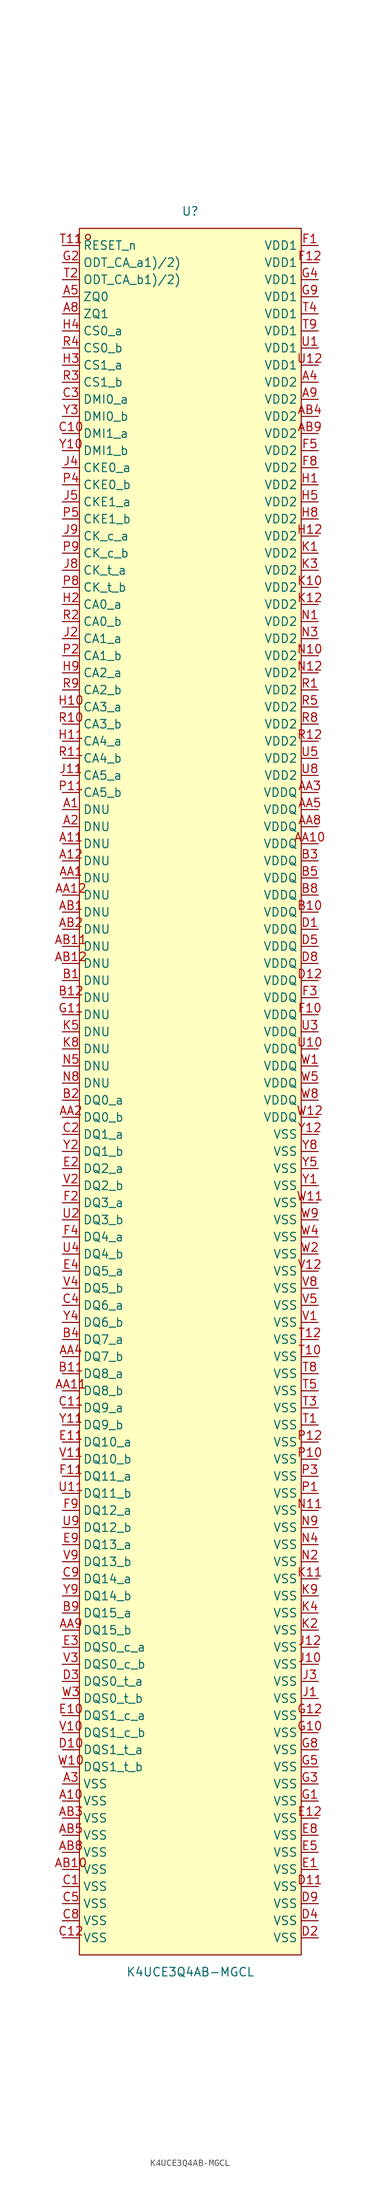
<source format=kicad_sym>
(kicad_symbol_lib
  (version 20211014)
  (generator https://github.com/uPesy/easyeda2kicad.py)
  (symbol "K4UCE3Q4AB-MGCL"
    (property "Reference" "U"
      (at 0 130.81 0)
      (effects (font (size 1.27 1.27))))
    (property "Value" "K4UCE3Q4AB-MGCL"
      (at 0 -130.81 0)
      (effects (font (size 1.27 1.27))))
    (symbol "K4UCE3Q4AB-MGCL_0_1"
      (rectangle (start -16.51 128.27) (end 16.51 -128.27) (stroke (width 0) (type default) (color 0 0 0 0)) (fill (type background)))
      (circle (center -15.24 127.00) (radius 0.38) (stroke (width 0) (type default) (color 0 0 0 0)) (fill (type none)))
      (pin unspecified line (at -19.05 125.73 0) (length 2.54) (name "RESET_n" (effects (font (size 1.27 1.27)))) (number "T11" (effects (font (size 1.27 1.27)))))
      (pin unspecified line (at -19.05 123.19 0) (length 2.54) (name "ODT_CA_a1)/2)" (effects (font (size 1.27 1.27)))) (number "G2" (effects (font (size 1.27 1.27)))))
      (pin unspecified line (at -19.05 120.65 0) (length 2.54) (name "ODT_CA_b1)/2)" (effects (font (size 1.27 1.27)))) (number "T2" (effects (font (size 1.27 1.27)))))
      (pin unspecified line (at -19.05 118.11 0) (length 2.54) (name "ZQ0" (effects (font (size 1.27 1.27)))) (number "A5" (effects (font (size 1.27 1.27)))))
      (pin unspecified line (at -19.05 115.57 0) (length 2.54) (name "ZQ1" (effects (font (size 1.27 1.27)))) (number "A8" (effects (font (size 1.27 1.27)))))
      (pin unspecified line (at -19.05 113.03 0) (length 2.54) (name "CS0_a" (effects (font (size 1.27 1.27)))) (number "H4" (effects (font (size 1.27 1.27)))))
      (pin unspecified line (at -19.05 110.49 0) (length 2.54) (name "CS0_b" (effects (font (size 1.27 1.27)))) (number "R4" (effects (font (size 1.27 1.27)))))
      (pin unspecified line (at -19.05 107.95 0) (length 2.54) (name "CS1_a" (effects (font (size 1.27 1.27)))) (number "H3" (effects (font (size 1.27 1.27)))))
      (pin unspecified line (at -19.05 105.41 0) (length 2.54) (name "CS1_b" (effects (font (size 1.27 1.27)))) (number "R3" (effects (font (size 1.27 1.27)))))
      (pin unspecified line (at -19.05 102.87 0) (length 2.54) (name "DMI0_a" (effects (font (size 1.27 1.27)))) (number "C3" (effects (font (size 1.27 1.27)))))
      (pin unspecified line (at -19.05 100.33 0) (length 2.54) (name "DMI0_b" (effects (font (size 1.27 1.27)))) (number "Y3" (effects (font (size 1.27 1.27)))))
      (pin unspecified line (at -19.05 97.79 0) (length 2.54) (name "DMI1_a" (effects (font (size 1.27 1.27)))) (number "C10" (effects (font (size 1.27 1.27)))))
      (pin unspecified line (at -19.05 95.25 0) (length 2.54) (name "DMI1_b" (effects (font (size 1.27 1.27)))) (number "Y10" (effects (font (size 1.27 1.27)))))
      (pin unspecified line (at -19.05 92.71 0) (length 2.54) (name "CKE0_a" (effects (font (size 1.27 1.27)))) (number "J4" (effects (font (size 1.27 1.27)))))
      (pin unspecified line (at -19.05 90.17 0) (length 2.54) (name "CKE0_b" (effects (font (size 1.27 1.27)))) (number "P4" (effects (font (size 1.27 1.27)))))
      (pin unspecified line (at -19.05 87.63 0) (length 2.54) (name "CKE1_a" (effects (font (size 1.27 1.27)))) (number "J5" (effects (font (size 1.27 1.27)))))
      (pin unspecified line (at -19.05 85.09 0) (length 2.54) (name "CKE1_b" (effects (font (size 1.27 1.27)))) (number "P5" (effects (font (size 1.27 1.27)))))
      (pin unspecified line (at -19.05 82.55 0) (length 2.54) (name "CK_c_a" (effects (font (size 1.27 1.27)))) (number "J9" (effects (font (size 1.27 1.27)))))
      (pin unspecified line (at -19.05 80.01 0) (length 2.54) (name "CK_c_b" (effects (font (size 1.27 1.27)))) (number "P9" (effects (font (size 1.27 1.27)))))
      (pin unspecified line (at -19.05 77.47 0) (length 2.54) (name "CK_t_a" (effects (font (size 1.27 1.27)))) (number "J8" (effects (font (size 1.27 1.27)))))
      (pin unspecified line (at -19.05 74.93 0) (length 2.54) (name "CK_t_b" (effects (font (size 1.27 1.27)))) (number "P8" (effects (font (size 1.27 1.27)))))
      (pin unspecified line (at -19.05 72.39 0) (length 2.54) (name "CA0_a" (effects (font (size 1.27 1.27)))) (number "H2" (effects (font (size 1.27 1.27)))))
      (pin unspecified line (at -19.05 69.85 0) (length 2.54) (name "CA0_b" (effects (font (size 1.27 1.27)))) (number "R2" (effects (font (size 1.27 1.27)))))
      (pin unspecified line (at -19.05 67.31 0) (length 2.54) (name "CA1_a" (effects (font (size 1.27 1.27)))) (number "J2" (effects (font (size 1.27 1.27)))))
      (pin unspecified line (at -19.05 64.77 0) (length 2.54) (name "CA1_b" (effects (font (size 1.27 1.27)))) (number "P2" (effects (font (size 1.27 1.27)))))
      (pin unspecified line (at -19.05 62.23 0) (length 2.54) (name "CA2_a" (effects (font (size 1.27 1.27)))) (number "H9" (effects (font (size 1.27 1.27)))))
      (pin unspecified line (at -19.05 59.69 0) (length 2.54) (name "CA2_b" (effects (font (size 1.27 1.27)))) (number "R9" (effects (font (size 1.27 1.27)))))
      (pin unspecified line (at -19.05 57.15 0) (length 2.54) (name "CA3_a" (effects (font (size 1.27 1.27)))) (number "H10" (effects (font (size 1.27 1.27)))))
      (pin unspecified line (at -19.05 54.61 0) (length 2.54) (name "CA3_b" (effects (font (size 1.27 1.27)))) (number "R10" (effects (font (size 1.27 1.27)))))
      (pin unspecified line (at -19.05 52.07 0) (length 2.54) (name "CA4_a" (effects (font (size 1.27 1.27)))) (number "H11" (effects (font (size 1.27 1.27)))))
      (pin unspecified line (at -19.05 49.53 0) (length 2.54) (name "CA4_b" (effects (font (size 1.27 1.27)))) (number "R11" (effects (font (size 1.27 1.27)))))
      (pin unspecified line (at -19.05 46.99 0) (length 2.54) (name "CA5_a" (effects (font (size 1.27 1.27)))) (number "J11" (effects (font (size 1.27 1.27)))))
      (pin unspecified line (at -19.05 44.45 0) (length 2.54) (name "CA5_b" (effects (font (size 1.27 1.27)))) (number "P11" (effects (font (size 1.27 1.27)))))
      (pin unspecified line (at -19.05 41.91 0) (length 2.54) (name "DNU" (effects (font (size 1.27 1.27)))) (number "A1" (effects (font (size 1.27 1.27)))))
      (pin unspecified line (at -19.05 39.37 0) (length 2.54) (name "DNU" (effects (font (size 1.27 1.27)))) (number "A2" (effects (font (size 1.27 1.27)))))
      (pin unspecified line (at -19.05 36.83 0) (length 2.54) (name "DNU" (effects (font (size 1.27 1.27)))) (number "A11" (effects (font (size 1.27 1.27)))))
      (pin unspecified line (at -19.05 34.29 0) (length 2.54) (name "DNU" (effects (font (size 1.27 1.27)))) (number "A12" (effects (font (size 1.27 1.27)))))
      (pin unspecified line (at -19.05 31.75 0) (length 2.54) (name "DNU" (effects (font (size 1.27 1.27)))) (number "AA1" (effects (font (size 1.27 1.27)))))
      (pin unspecified line (at -19.05 29.21 0) (length 2.54) (name "DNU" (effects (font (size 1.27 1.27)))) (number "AA12" (effects (font (size 1.27 1.27)))))
      (pin unspecified line (at -19.05 26.67 0) (length 2.54) (name "DNU" (effects (font (size 1.27 1.27)))) (number "AB1" (effects (font (size 1.27 1.27)))))
      (pin unspecified line (at -19.05 24.13 0) (length 2.54) (name "DNU" (effects (font (size 1.27 1.27)))) (number "AB2" (effects (font (size 1.27 1.27)))))
      (pin unspecified line (at -19.05 21.59 0) (length 2.54) (name "DNU" (effects (font (size 1.27 1.27)))) (number "AB11" (effects (font (size 1.27 1.27)))))
      (pin unspecified line (at -19.05 19.05 0) (length 2.54) (name "DNU" (effects (font (size 1.27 1.27)))) (number "AB12" (effects (font (size 1.27 1.27)))))
      (pin unspecified line (at -19.05 16.51 0) (length 2.54) (name "DNU" (effects (font (size 1.27 1.27)))) (number "B1" (effects (font (size 1.27 1.27)))))
      (pin unspecified line (at -19.05 13.97 0) (length 2.54) (name "DNU" (effects (font (size 1.27 1.27)))) (number "B12" (effects (font (size 1.27 1.27)))))
      (pin unspecified line (at -19.05 11.43 0) (length 2.54) (name "DNU" (effects (font (size 1.27 1.27)))) (number "G11" (effects (font (size 1.27 1.27)))))
      (pin unspecified line (at -19.05 8.89 0) (length 2.54) (name "DNU" (effects (font (size 1.27 1.27)))) (number "K5" (effects (font (size 1.27 1.27)))))
      (pin unspecified line (at -19.05 6.35 0) (length 2.54) (name "DNU" (effects (font (size 1.27 1.27)))) (number "K8" (effects (font (size 1.27 1.27)))))
      (pin unspecified line (at -19.05 3.81 0) (length 2.54) (name "DNU" (effects (font (size 1.27 1.27)))) (number "N5" (effects (font (size 1.27 1.27)))))
      (pin unspecified line (at -19.05 1.27 0) (length 2.54) (name "DNU" (effects (font (size 1.27 1.27)))) (number "N8" (effects (font (size 1.27 1.27)))))
      (pin unspecified line (at -19.05 -1.27 0) (length 2.54) (name "DQ0_a" (effects (font (size 1.27 1.27)))) (number "B2" (effects (font (size 1.27 1.27)))))
      (pin unspecified line (at -19.05 -3.81 0) (length 2.54) (name "DQ0_b" (effects (font (size 1.27 1.27)))) (number "AA2" (effects (font (size 1.27 1.27)))))
      (pin unspecified line (at -19.05 -6.35 0) (length 2.54) (name "DQ1_a" (effects (font (size 1.27 1.27)))) (number "C2" (effects (font (size 1.27 1.27)))))
      (pin unspecified line (at -19.05 -8.89 0) (length 2.54) (name "DQ1_b" (effects (font (size 1.27 1.27)))) (number "Y2" (effects (font (size 1.27 1.27)))))
      (pin unspecified line (at -19.05 -11.43 0) (length 2.54) (name "DQ2_a" (effects (font (size 1.27 1.27)))) (number "E2" (effects (font (size 1.27 1.27)))))
      (pin unspecified line (at -19.05 -13.97 0) (length 2.54) (name "DQ2_b" (effects (font (size 1.27 1.27)))) (number "V2" (effects (font (size 1.27 1.27)))))
      (pin unspecified line (at -19.05 -16.51 0) (length 2.54) (name "DQ3_a" (effects (font (size 1.27 1.27)))) (number "F2" (effects (font (size 1.27 1.27)))))
      (pin unspecified line (at -19.05 -19.05 0) (length 2.54) (name "DQ3_b" (effects (font (size 1.27 1.27)))) (number "U2" (effects (font (size 1.27 1.27)))))
      (pin unspecified line (at -19.05 -21.59 0) (length 2.54) (name "DQ4_a" (effects (font (size 1.27 1.27)))) (number "F4" (effects (font (size 1.27 1.27)))))
      (pin unspecified line (at -19.05 -24.13 0) (length 2.54) (name "DQ4_b" (effects (font (size 1.27 1.27)))) (number "U4" (effects (font (size 1.27 1.27)))))
      (pin unspecified line (at -19.05 -26.67 0) (length 2.54) (name "DQ5_a" (effects (font (size 1.27 1.27)))) (number "E4" (effects (font (size 1.27 1.27)))))
      (pin unspecified line (at -19.05 -29.21 0) (length 2.54) (name "DQ5_b" (effects (font (size 1.27 1.27)))) (number "V4" (effects (font (size 1.27 1.27)))))
      (pin unspecified line (at -19.05 -31.75 0) (length 2.54) (name "DQ6_a" (effects (font (size 1.27 1.27)))) (number "C4" (effects (font (size 1.27 1.27)))))
      (pin unspecified line (at -19.05 -34.29 0) (length 2.54) (name "DQ6_b" (effects (font (size 1.27 1.27)))) (number "Y4" (effects (font (size 1.27 1.27)))))
      (pin unspecified line (at -19.05 -36.83 0) (length 2.54) (name "DQ7_a" (effects (font (size 1.27 1.27)))) (number "B4" (effects (font (size 1.27 1.27)))))
      (pin unspecified line (at -19.05 -39.37 0) (length 2.54) (name "DQ7_b" (effects (font (size 1.27 1.27)))) (number "AA4" (effects (font (size 1.27 1.27)))))
      (pin unspecified line (at -19.05 -41.91 0) (length 2.54) (name "DQ8_a" (effects (font (size 1.27 1.27)))) (number "B11" (effects (font (size 1.27 1.27)))))
      (pin unspecified line (at -19.05 -44.45 0) (length 2.54) (name "DQ8_b" (effects (font (size 1.27 1.27)))) (number "AA11" (effects (font (size 1.27 1.27)))))
      (pin unspecified line (at -19.05 -46.99 0) (length 2.54) (name "DQ9_a" (effects (font (size 1.27 1.27)))) (number "C11" (effects (font (size 1.27 1.27)))))
      (pin unspecified line (at -19.05 -49.53 0) (length 2.54) (name "DQ9_b" (effects (font (size 1.27 1.27)))) (number "Y11" (effects (font (size 1.27 1.27)))))
      (pin unspecified line (at -19.05 -52.07 0) (length 2.54) (name "DQ10_a" (effects (font (size 1.27 1.27)))) (number "E11" (effects (font (size 1.27 1.27)))))
      (pin unspecified line (at -19.05 -54.61 0) (length 2.54) (name "DQ10_b" (effects (font (size 1.27 1.27)))) (number "V11" (effects (font (size 1.27 1.27)))))
      (pin unspecified line (at -19.05 -57.15 0) (length 2.54) (name "DQ11_a" (effects (font (size 1.27 1.27)))) (number "F11" (effects (font (size 1.27 1.27)))))
      (pin unspecified line (at -19.05 -59.69 0) (length 2.54) (name "DQ11_b" (effects (font (size 1.27 1.27)))) (number "U11" (effects (font (size 1.27 1.27)))))
      (pin unspecified line (at -19.05 -62.23 0) (length 2.54) (name "DQ12_a" (effects (font (size 1.27 1.27)))) (number "F9" (effects (font (size 1.27 1.27)))))
      (pin unspecified line (at -19.05 -64.77 0) (length 2.54) (name "DQ12_b" (effects (font (size 1.27 1.27)))) (number "U9" (effects (font (size 1.27 1.27)))))
      (pin unspecified line (at -19.05 -67.31 0) (length 2.54) (name "DQ13_a" (effects (font (size 1.27 1.27)))) (number "E9" (effects (font (size 1.27 1.27)))))
      (pin unspecified line (at -19.05 -69.85 0) (length 2.54) (name "DQ13_b" (effects (font (size 1.27 1.27)))) (number "V9" (effects (font (size 1.27 1.27)))))
      (pin unspecified line (at -19.05 -72.39 0) (length 2.54) (name "DQ14_a" (effects (font (size 1.27 1.27)))) (number "C9" (effects (font (size 1.27 1.27)))))
      (pin unspecified line (at -19.05 -74.93 0) (length 2.54) (name "DQ14_b" (effects (font (size 1.27 1.27)))) (number "Y9" (effects (font (size 1.27 1.27)))))
      (pin unspecified line (at -19.05 -77.47 0) (length 2.54) (name "DQ15_a" (effects (font (size 1.27 1.27)))) (number "B9" (effects (font (size 1.27 1.27)))))
      (pin unspecified line (at -19.05 -80.01 0) (length 2.54) (name "DQ15_b" (effects (font (size 1.27 1.27)))) (number "AA9" (effects (font (size 1.27 1.27)))))
      (pin unspecified line (at -19.05 -82.55 0) (length 2.54) (name "DQS0_c_a" (effects (font (size 1.27 1.27)))) (number "E3" (effects (font (size 1.27 1.27)))))
      (pin unspecified line (at -19.05 -85.09 0) (length 2.54) (name "DQS0_c_b" (effects (font (size 1.27 1.27)))) (number "V3" (effects (font (size 1.27 1.27)))))
      (pin unspecified line (at -19.05 -87.63 0) (length 2.54) (name "DQS0_t_a" (effects (font (size 1.27 1.27)))) (number "D3" (effects (font (size 1.27 1.27)))))
      (pin unspecified line (at -19.05 -90.17 0) (length 2.54) (name "DQS0_t_b" (effects (font (size 1.27 1.27)))) (number "W3" (effects (font (size 1.27 1.27)))))
      (pin unspecified line (at -19.05 -92.71 0) (length 2.54) (name "DQS1_c_a" (effects (font (size 1.27 1.27)))) (number "E10" (effects (font (size 1.27 1.27)))))
      (pin unspecified line (at -19.05 -95.25 0) (length 2.54) (name "DQS1_c_b" (effects (font (size 1.27 1.27)))) (number "V10" (effects (font (size 1.27 1.27)))))
      (pin unspecified line (at -19.05 -97.79 0) (length 2.54) (name "DQS1_t_a" (effects (font (size 1.27 1.27)))) (number "D10" (effects (font (size 1.27 1.27)))))
      (pin unspecified line (at -19.05 -100.33 0) (length 2.54) (name "DQS1_t_b" (effects (font (size 1.27 1.27)))) (number "W10" (effects (font (size 1.27 1.27)))))
      (pin unspecified line (at -19.05 -102.87 0) (length 2.54) (name "VSS" (effects (font (size 1.27 1.27)))) (number "A3" (effects (font (size 1.27 1.27)))))
      (pin unspecified line (at -19.05 -105.41 0) (length 2.54) (name "VSS" (effects (font (size 1.27 1.27)))) (number "A10" (effects (font (size 1.27 1.27)))))
      (pin unspecified line (at -19.05 -107.95 0) (length 2.54) (name "VSS" (effects (font (size 1.27 1.27)))) (number "AB3" (effects (font (size 1.27 1.27)))))
      (pin unspecified line (at -19.05 -110.49 0) (length 2.54) (name "VSS" (effects (font (size 1.27 1.27)))) (number "AB5" (effects (font (size 1.27 1.27)))))
      (pin unspecified line (at -19.05 -113.03 0) (length 2.54) (name "VSS" (effects (font (size 1.27 1.27)))) (number "AB8" (effects (font (size 1.27 1.27)))))
      (pin unspecified line (at -19.05 -115.57 0) (length 2.54) (name "VSS" (effects (font (size 1.27 1.27)))) (number "AB10" (effects (font (size 1.27 1.27)))))
      (pin unspecified line (at -19.05 -118.11 0) (length 2.54) (name "VSS" (effects (font (size 1.27 1.27)))) (number "C1" (effects (font (size 1.27 1.27)))))
      (pin unspecified line (at -19.05 -120.65 0) (length 2.54) (name "VSS" (effects (font (size 1.27 1.27)))) (number "C5" (effects (font (size 1.27 1.27)))))
      (pin unspecified line (at -19.05 -123.19 0) (length 2.54) (name "VSS" (effects (font (size 1.27 1.27)))) (number "C8" (effects (font (size 1.27 1.27)))))
      (pin unspecified line (at -19.05 -125.73 0) (length 2.54) (name "VSS" (effects (font (size 1.27 1.27)))) (number "C12" (effects (font (size 1.27 1.27)))))
      (pin unspecified line (at 19.05 -125.73 180) (length 2.54) (name "VSS" (effects (font (size 1.27 1.27)))) (number "D2" (effects (font (size 1.27 1.27)))))
      (pin unspecified line (at 19.05 -123.19 180) (length 2.54) (name "VSS" (effects (font (size 1.27 1.27)))) (number "D4" (effects (font (size 1.27 1.27)))))
      (pin unspecified line (at 19.05 -120.65 180) (length 2.54) (name "VSS" (effects (font (size 1.27 1.27)))) (number "D9" (effects (font (size 1.27 1.27)))))
      (pin unspecified line (at 19.05 -118.11 180) (length 2.54) (name "VSS" (effects (font (size 1.27 1.27)))) (number "D11" (effects (font (size 1.27 1.27)))))
      (pin unspecified line (at 19.05 -115.57 180) (length 2.54) (name "VSS" (effects (font (size 1.27 1.27)))) (number "E1" (effects (font (size 1.27 1.27)))))
      (pin unspecified line (at 19.05 -113.03 180) (length 2.54) (name "VSS" (effects (font (size 1.27 1.27)))) (number "E5" (effects (font (size 1.27 1.27)))))
      (pin unspecified line (at 19.05 -110.49 180) (length 2.54) (name "VSS" (effects (font (size 1.27 1.27)))) (number "E8" (effects (font (size 1.27 1.27)))))
      (pin unspecified line (at 19.05 -107.95 180) (length 2.54) (name "VSS" (effects (font (size 1.27 1.27)))) (number "E12" (effects (font (size 1.27 1.27)))))
      (pin unspecified line (at 19.05 -105.41 180) (length 2.54) (name "VSS" (effects (font (size 1.27 1.27)))) (number "G1" (effects (font (size 1.27 1.27)))))
      (pin unspecified line (at 19.05 -102.87 180) (length 2.54) (name "VSS" (effects (font (size 1.27 1.27)))) (number "G3" (effects (font (size 1.27 1.27)))))
      (pin unspecified line (at 19.05 -100.33 180) (length 2.54) (name "VSS" (effects (font (size 1.27 1.27)))) (number "G5" (effects (font (size 1.27 1.27)))))
      (pin unspecified line (at 19.05 -97.79 180) (length 2.54) (name "VSS" (effects (font (size 1.27 1.27)))) (number "G8" (effects (font (size 1.27 1.27)))))
      (pin unspecified line (at 19.05 -95.25 180) (length 2.54) (name "VSS" (effects (font (size 1.27 1.27)))) (number "G10" (effects (font (size 1.27 1.27)))))
      (pin unspecified line (at 19.05 -92.71 180) (length 2.54) (name "VSS" (effects (font (size 1.27 1.27)))) (number "G12" (effects (font (size 1.27 1.27)))))
      (pin unspecified line (at 19.05 -90.17 180) (length 2.54) (name "VSS" (effects (font (size 1.27 1.27)))) (number "J1" (effects (font (size 1.27 1.27)))))
      (pin unspecified line (at 19.05 -87.63 180) (length 2.54) (name "VSS" (effects (font (size 1.27 1.27)))) (number "J3" (effects (font (size 1.27 1.27)))))
      (pin unspecified line (at 19.05 -85.09 180) (length 2.54) (name "VSS" (effects (font (size 1.27 1.27)))) (number "J10" (effects (font (size 1.27 1.27)))))
      (pin unspecified line (at 19.05 -82.55 180) (length 2.54) (name "VSS" (effects (font (size 1.27 1.27)))) (number "J12" (effects (font (size 1.27 1.27)))))
      (pin unspecified line (at 19.05 -80.01 180) (length 2.54) (name "VSS" (effects (font (size 1.27 1.27)))) (number "K2" (effects (font (size 1.27 1.27)))))
      (pin unspecified line (at 19.05 -77.47 180) (length 2.54) (name "VSS" (effects (font (size 1.27 1.27)))) (number "K4" (effects (font (size 1.27 1.27)))))
      (pin unspecified line (at 19.05 -74.93 180) (length 2.54) (name "VSS" (effects (font (size 1.27 1.27)))) (number "K9" (effects (font (size 1.27 1.27)))))
      (pin unspecified line (at 19.05 -72.39 180) (length 2.54) (name "VSS" (effects (font (size 1.27 1.27)))) (number "K11" (effects (font (size 1.27 1.27)))))
      (pin unspecified line (at 19.05 -69.85 180) (length 2.54) (name "VSS" (effects (font (size 1.27 1.27)))) (number "N2" (effects (font (size 1.27 1.27)))))
      (pin unspecified line (at 19.05 -67.31 180) (length 2.54) (name "VSS" (effects (font (size 1.27 1.27)))) (number "N4" (effects (font (size 1.27 1.27)))))
      (pin unspecified line (at 19.05 -64.77 180) (length 2.54) (name "VSS" (effects (font (size 1.27 1.27)))) (number "N9" (effects (font (size 1.27 1.27)))))
      (pin unspecified line (at 19.05 -62.23 180) (length 2.54) (name "VSS" (effects (font (size 1.27 1.27)))) (number "N11" (effects (font (size 1.27 1.27)))))
      (pin unspecified line (at 19.05 -59.69 180) (length 2.54) (name "VSS" (effects (font (size 1.27 1.27)))) (number "P1" (effects (font (size 1.27 1.27)))))
      (pin unspecified line (at 19.05 -57.15 180) (length 2.54) (name "VSS" (effects (font (size 1.27 1.27)))) (number "P3" (effects (font (size 1.27 1.27)))))
      (pin unspecified line (at 19.05 -54.61 180) (length 2.54) (name "VSS" (effects (font (size 1.27 1.27)))) (number "P10" (effects (font (size 1.27 1.27)))))
      (pin unspecified line (at 19.05 -52.07 180) (length 2.54) (name "VSS" (effects (font (size 1.27 1.27)))) (number "P12" (effects (font (size 1.27 1.27)))))
      (pin unspecified line (at 19.05 -49.53 180) (length 2.54) (name "VSS" (effects (font (size 1.27 1.27)))) (number "T1" (effects (font (size 1.27 1.27)))))
      (pin unspecified line (at 19.05 -46.99 180) (length 2.54) (name "VSS" (effects (font (size 1.27 1.27)))) (number "T3" (effects (font (size 1.27 1.27)))))
      (pin unspecified line (at 19.05 -44.45 180) (length 2.54) (name "VSS" (effects (font (size 1.27 1.27)))) (number "T5" (effects (font (size 1.27 1.27)))))
      (pin unspecified line (at 19.05 -41.91 180) (length 2.54) (name "VSS" (effects (font (size 1.27 1.27)))) (number "T8" (effects (font (size 1.27 1.27)))))
      (pin unspecified line (at 19.05 -39.37 180) (length 2.54) (name "VSS" (effects (font (size 1.27 1.27)))) (number "T10" (effects (font (size 1.27 1.27)))))
      (pin unspecified line (at 19.05 -36.83 180) (length 2.54) (name "VSS" (effects (font (size 1.27 1.27)))) (number "T12" (effects (font (size 1.27 1.27)))))
      (pin unspecified line (at 19.05 -34.29 180) (length 2.54) (name "VSS" (effects (font (size 1.27 1.27)))) (number "V1" (effects (font (size 1.27 1.27)))))
      (pin unspecified line (at 19.05 -31.75 180) (length 2.54) (name "VSS" (effects (font (size 1.27 1.27)))) (number "V5" (effects (font (size 1.27 1.27)))))
      (pin unspecified line (at 19.05 -29.21 180) (length 2.54) (name "VSS" (effects (font (size 1.27 1.27)))) (number "V8" (effects (font (size 1.27 1.27)))))
      (pin unspecified line (at 19.05 -26.67 180) (length 2.54) (name "VSS" (effects (font (size 1.27 1.27)))) (number "V12" (effects (font (size 1.27 1.27)))))
      (pin unspecified line (at 19.05 -24.13 180) (length 2.54) (name "VSS" (effects (font (size 1.27 1.27)))) (number "W2" (effects (font (size 1.27 1.27)))))
      (pin unspecified line (at 19.05 -21.59 180) (length 2.54) (name "VSS" (effects (font (size 1.27 1.27)))) (number "W4" (effects (font (size 1.27 1.27)))))
      (pin unspecified line (at 19.05 -19.05 180) (length 2.54) (name "VSS" (effects (font (size 1.27 1.27)))) (number "W9" (effects (font (size 1.27 1.27)))))
      (pin unspecified line (at 19.05 -16.51 180) (length 2.54) (name "VSS" (effects (font (size 1.27 1.27)))) (number "W11" (effects (font (size 1.27 1.27)))))
      (pin unspecified line (at 19.05 -13.97 180) (length 2.54) (name "VSS" (effects (font (size 1.27 1.27)))) (number "Y1" (effects (font (size 1.27 1.27)))))
      (pin unspecified line (at 19.05 -11.43 180) (length 2.54) (name "VSS" (effects (font (size 1.27 1.27)))) (number "Y5" (effects (font (size 1.27 1.27)))))
      (pin unspecified line (at 19.05 -8.89 180) (length 2.54) (name "VSS" (effects (font (size 1.27 1.27)))) (number "Y8" (effects (font (size 1.27 1.27)))))
      (pin unspecified line (at 19.05 -6.35 180) (length 2.54) (name "VSS" (effects (font (size 1.27 1.27)))) (number "Y12" (effects (font (size 1.27 1.27)))))
      (pin unspecified line (at 19.05 -3.81 180) (length 2.54) (name "VDDQ" (effects (font (size 1.27 1.27)))) (number "W12" (effects (font (size 1.27 1.27)))))
      (pin unspecified line (at 19.05 -1.27 180) (length 2.54) (name "VDDQ" (effects (font (size 1.27 1.27)))) (number "W8" (effects (font (size 1.27 1.27)))))
      (pin unspecified line (at 19.05 1.27 180) (length 2.54) (name "VDDQ" (effects (font (size 1.27 1.27)))) (number "W5" (effects (font (size 1.27 1.27)))))
      (pin unspecified line (at 19.05 3.81 180) (length 2.54) (name "VDDQ" (effects (font (size 1.27 1.27)))) (number "W1" (effects (font (size 1.27 1.27)))))
      (pin unspecified line (at 19.05 6.35 180) (length 2.54) (name "VDDQ" (effects (font (size 1.27 1.27)))) (number "U10" (effects (font (size 1.27 1.27)))))
      (pin unspecified line (at 19.05 8.89 180) (length 2.54) (name "VDDQ" (effects (font (size 1.27 1.27)))) (number "U3" (effects (font (size 1.27 1.27)))))
      (pin unspecified line (at 19.05 11.43 180) (length 2.54) (name "VDDQ" (effects (font (size 1.27 1.27)))) (number "F10" (effects (font (size 1.27 1.27)))))
      (pin unspecified line (at 19.05 13.97 180) (length 2.54) (name "VDDQ" (effects (font (size 1.27 1.27)))) (number "F3" (effects (font (size 1.27 1.27)))))
      (pin unspecified line (at 19.05 16.51 180) (length 2.54) (name "VDDQ" (effects (font (size 1.27 1.27)))) (number "D12" (effects (font (size 1.27 1.27)))))
      (pin unspecified line (at 19.05 19.05 180) (length 2.54) (name "VDDQ" (effects (font (size 1.27 1.27)))) (number "D8" (effects (font (size 1.27 1.27)))))
      (pin unspecified line (at 19.05 21.59 180) (length 2.54) (name "VDDQ" (effects (font (size 1.27 1.27)))) (number "D5" (effects (font (size 1.27 1.27)))))
      (pin unspecified line (at 19.05 24.13 180) (length 2.54) (name "VDDQ" (effects (font (size 1.27 1.27)))) (number "D1" (effects (font (size 1.27 1.27)))))
      (pin unspecified line (at 19.05 26.67 180) (length 2.54) (name "VDDQ" (effects (font (size 1.27 1.27)))) (number "B10" (effects (font (size 1.27 1.27)))))
      (pin unspecified line (at 19.05 29.21 180) (length 2.54) (name "VDDQ" (effects (font (size 1.27 1.27)))) (number "B8" (effects (font (size 1.27 1.27)))))
      (pin unspecified line (at 19.05 31.75 180) (length 2.54) (name "VDDQ" (effects (font (size 1.27 1.27)))) (number "B5" (effects (font (size 1.27 1.27)))))
      (pin unspecified line (at 19.05 34.29 180) (length 2.54) (name "VDDQ" (effects (font (size 1.27 1.27)))) (number "B3" (effects (font (size 1.27 1.27)))))
      (pin unspecified line (at 19.05 36.83 180) (length 2.54) (name "VDDQ" (effects (font (size 1.27 1.27)))) (number "AA10" (effects (font (size 1.27 1.27)))))
      (pin unspecified line (at 19.05 39.37 180) (length 2.54) (name "VDDQ" (effects (font (size 1.27 1.27)))) (number "AA8" (effects (font (size 1.27 1.27)))))
      (pin unspecified line (at 19.05 41.91 180) (length 2.54) (name "VDDQ" (effects (font (size 1.27 1.27)))) (number "AA5" (effects (font (size 1.27 1.27)))))
      (pin unspecified line (at 19.05 44.45 180) (length 2.54) (name "VDDQ" (effects (font (size 1.27 1.27)))) (number "AA3" (effects (font (size 1.27 1.27)))))
      (pin unspecified line (at 19.05 46.99 180) (length 2.54) (name "VDD2" (effects (font (size 1.27 1.27)))) (number "U8" (effects (font (size 1.27 1.27)))))
      (pin unspecified line (at 19.05 49.53 180) (length 2.54) (name "VDD2" (effects (font (size 1.27 1.27)))) (number "U5" (effects (font (size 1.27 1.27)))))
      (pin unspecified line (at 19.05 52.07 180) (length 2.54) (name "VDD2" (effects (font (size 1.27 1.27)))) (number "R12" (effects (font (size 1.27 1.27)))))
      (pin unspecified line (at 19.05 54.61 180) (length 2.54) (name "VDD2" (effects (font (size 1.27 1.27)))) (number "R8" (effects (font (size 1.27 1.27)))))
      (pin unspecified line (at 19.05 57.15 180) (length 2.54) (name "VDD2" (effects (font (size 1.27 1.27)))) (number "R5" (effects (font (size 1.27 1.27)))))
      (pin unspecified line (at 19.05 59.69 180) (length 2.54) (name "VDD2" (effects (font (size 1.27 1.27)))) (number "R1" (effects (font (size 1.27 1.27)))))
      (pin unspecified line (at 19.05 62.23 180) (length 2.54) (name "VDD2" (effects (font (size 1.27 1.27)))) (number "N12" (effects (font (size 1.27 1.27)))))
      (pin unspecified line (at 19.05 64.77 180) (length 2.54) (name "VDD2" (effects (font (size 1.27 1.27)))) (number "N10" (effects (font (size 1.27 1.27)))))
      (pin unspecified line (at 19.05 67.31 180) (length 2.54) (name "VDD2" (effects (font (size 1.27 1.27)))) (number "N3" (effects (font (size 1.27 1.27)))))
      (pin unspecified line (at 19.05 69.85 180) (length 2.54) (name "VDD2" (effects (font (size 1.27 1.27)))) (number "N1" (effects (font (size 1.27 1.27)))))
      (pin unspecified line (at 19.05 72.39 180) (length 2.54) (name "VDD2" (effects (font (size 1.27 1.27)))) (number "K12" (effects (font (size 1.27 1.27)))))
      (pin unspecified line (at 19.05 74.93 180) (length 2.54) (name "VDD2" (effects (font (size 1.27 1.27)))) (number "K10" (effects (font (size 1.27 1.27)))))
      (pin unspecified line (at 19.05 77.47 180) (length 2.54) (name "VDD2" (effects (font (size 1.27 1.27)))) (number "K3" (effects (font (size 1.27 1.27)))))
      (pin unspecified line (at 19.05 80.01 180) (length 2.54) (name "VDD2" (effects (font (size 1.27 1.27)))) (number "K1" (effects (font (size 1.27 1.27)))))
      (pin unspecified line (at 19.05 82.55 180) (length 2.54) (name "VDD2" (effects (font (size 1.27 1.27)))) (number "H12" (effects (font (size 1.27 1.27)))))
      (pin unspecified line (at 19.05 85.09 180) (length 2.54) (name "VDD2" (effects (font (size 1.27 1.27)))) (number "H8" (effects (font (size 1.27 1.27)))))
      (pin unspecified line (at 19.05 87.63 180) (length 2.54) (name "VDD2" (effects (font (size 1.27 1.27)))) (number "H5" (effects (font (size 1.27 1.27)))))
      (pin unspecified line (at 19.05 90.17 180) (length 2.54) (name "VDD2" (effects (font (size 1.27 1.27)))) (number "H1" (effects (font (size 1.27 1.27)))))
      (pin unspecified line (at 19.05 92.71 180) (length 2.54) (name "VDD2" (effects (font (size 1.27 1.27)))) (number "F8" (effects (font (size 1.27 1.27)))))
      (pin unspecified line (at 19.05 95.25 180) (length 2.54) (name "VDD2" (effects (font (size 1.27 1.27)))) (number "F5" (effects (font (size 1.27 1.27)))))
      (pin unspecified line (at 19.05 97.79 180) (length 2.54) (name "VDD2" (effects (font (size 1.27 1.27)))) (number "AB9" (effects (font (size 1.27 1.27)))))
      (pin unspecified line (at 19.05 100.33 180) (length 2.54) (name "VDD2" (effects (font (size 1.27 1.27)))) (number "AB4" (effects (font (size 1.27 1.27)))))
      (pin unspecified line (at 19.05 102.87 180) (length 2.54) (name "VDD2" (effects (font (size 1.27 1.27)))) (number "A9" (effects (font (size 1.27 1.27)))))
      (pin unspecified line (at 19.05 105.41 180) (length 2.54) (name "VDD2" (effects (font (size 1.27 1.27)))) (number "A4" (effects (font (size 1.27 1.27)))))
      (pin unspecified line (at 19.05 107.95 180) (length 2.54) (name "VDD1" (effects (font (size 1.27 1.27)))) (number "U12" (effects (font (size 1.27 1.27)))))
      (pin unspecified line (at 19.05 110.49 180) (length 2.54) (name "VDD1" (effects (font (size 1.27 1.27)))) (number "U1" (effects (font (size 1.27 1.27)))))
      (pin unspecified line (at 19.05 113.03 180) (length 2.54) (name "VDD1" (effects (font (size 1.27 1.27)))) (number "T9" (effects (font (size 1.27 1.27)))))
      (pin unspecified line (at 19.05 115.57 180) (length 2.54) (name "VDD1" (effects (font (size 1.27 1.27)))) (number "T4" (effects (font (size 1.27 1.27)))))
      (pin unspecified line (at 19.05 118.11 180) (length 2.54) (name "VDD1" (effects (font (size 1.27 1.27)))) (number "G9" (effects (font (size 1.27 1.27)))))
      (pin unspecified line (at 19.05 120.65 180) (length 2.54) (name "VDD1" (effects (font (size 1.27 1.27)))) (number "G4" (effects (font (size 1.27 1.27)))))
      (pin unspecified line (at 19.05 123.19 180) (length 2.54) (name "VDD1" (effects (font (size 1.27 1.27)))) (number "F12" (effects (font (size 1.27 1.27)))))
      (pin unspecified line (at 19.05 125.73 180) (length 2.54) (name "VDD1" (effects (font (size 1.27 1.27)))) (number "F1" (effects (font (size 1.27 1.27))))))))
</source>
